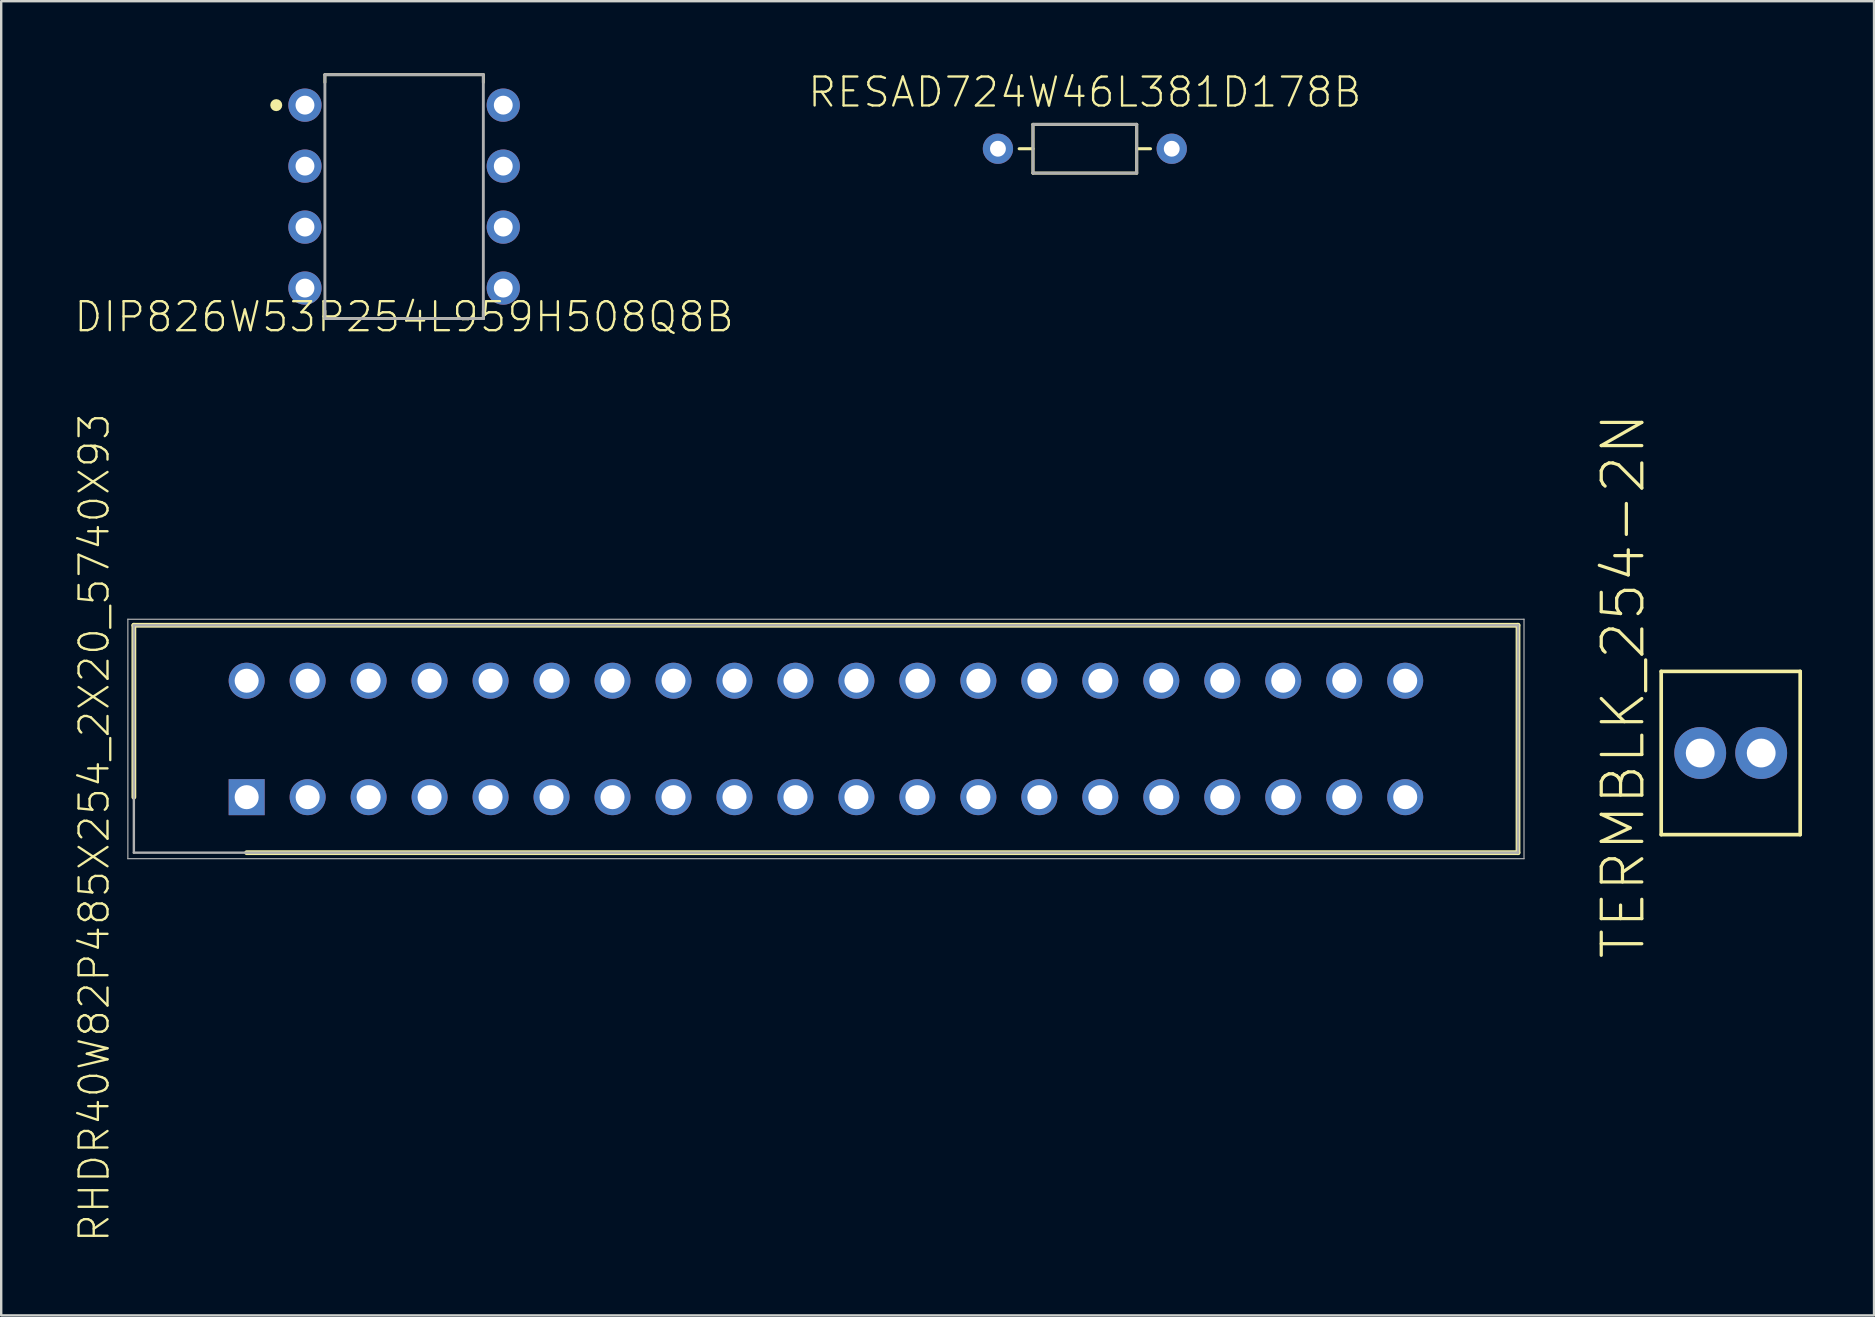
<source format=kicad_pcb>
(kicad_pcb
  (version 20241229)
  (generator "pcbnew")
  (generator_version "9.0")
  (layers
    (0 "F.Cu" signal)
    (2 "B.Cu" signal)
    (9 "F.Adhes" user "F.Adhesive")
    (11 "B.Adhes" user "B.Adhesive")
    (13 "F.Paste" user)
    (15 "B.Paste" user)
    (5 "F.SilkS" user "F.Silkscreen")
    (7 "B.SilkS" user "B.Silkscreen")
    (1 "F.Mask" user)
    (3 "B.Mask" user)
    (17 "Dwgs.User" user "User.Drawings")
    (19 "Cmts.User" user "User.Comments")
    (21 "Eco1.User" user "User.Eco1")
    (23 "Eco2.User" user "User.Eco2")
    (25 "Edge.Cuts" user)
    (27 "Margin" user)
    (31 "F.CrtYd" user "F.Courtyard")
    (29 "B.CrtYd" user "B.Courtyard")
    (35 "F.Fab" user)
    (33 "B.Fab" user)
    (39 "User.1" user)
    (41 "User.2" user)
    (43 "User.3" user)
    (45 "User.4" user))
  (footprint "RHDR40W82P485X254_2X20_5740X93"
    (layer "F.Cu")
    (at 7.225 30.157)
    (property "Reference" "RHDR40W82P485X254_2X20_5740X93" (at -6.35 1.27 90) (layer "F.SilkS") (effects (font (size 1.206 1.206) (thickness 0.097))))
    (attr through_hole)
    (fp_line (start -4.699 -7.162) (end -4.699 0) (stroke (width 0.2) (type solid)) (layer "F.SilkS"))
    (fp_line (start 0 2.312) (end 52.959 2.312) (stroke (width 0.2) (type solid)) (layer "F.SilkS"))
    (fp_line (start 52.959 -7.162) (end -4.699 -7.162) (stroke (width 0.2) (type solid)) (layer "F.SilkS"))
    (fp_line (start 52.959 2.312) (end 52.959 -7.162) (stroke (width 0.2) (type solid)) (layer "F.SilkS"))
    (fp_line (start -4.949 -7.412) (end 53.209 -7.412) (stroke (width 0.05) (type solid)) (layer "F.Fab"))
    (fp_line (start -4.949 2.562) (end -4.949 -7.412) (stroke (width 0.05) (type solid)) (layer "F.Fab"))
    (fp_line (start -4.699 -7.162) (end 52.959 -7.162) (stroke (width 0.1) (type solid)) (layer "F.Fab"))
    (fp_line (start -4.699 2.312) (end -4.699 -7.162) (stroke (width 0.1) (type solid)) (layer "F.Fab"))
    (fp_line (start 52.959 -7.162) (end 52.959 2.312) (stroke (width 0.1) (type solid)) (layer "F.Fab"))
    (fp_line (start 52.959 2.312) (end -4.699 2.312) (stroke (width 0.1) (type solid)) (layer "F.Fab"))
    (fp_line (start 53.209 -7.412) (end 53.209 2.562) (stroke (width 0.05) (type solid)) (layer "F.Fab"))
    (fp_line (start 53.209 2.562) (end -4.949 2.562) (stroke (width 0.05) (type solid)) (layer "F.Fab"))
    (pad "1" thru_hole rect (at 0 0) (size 1.5 1.5) (drill 1) (layers "*.Cu" "*.Mask"))
    (pad "2" thru_hole circle (at 0 -4.851) (size 1.5 1.5) (drill 1) (layers "*.Cu" "*.Mask"))
    (pad "3" thru_hole circle (at 2.54 0) (size 1.5 1.5) (drill 1) (layers "*.Cu" "*.Mask"))
    (pad "4" thru_hole circle (at 2.54 -4.851) (size 1.5 1.5) (drill 1) (layers "*.Cu" "*.Mask"))
    (pad "5" thru_hole circle (at 5.08 0) (size 1.5 1.5) (drill 1) (layers "*.Cu" "*.Mask"))
    (pad "6" thru_hole circle (at 5.08 -4.851) (size 1.5 1.5) (drill 1) (layers "*.Cu" "*.Mask"))
    (pad "7" thru_hole circle (at 7.62 0) (size 1.5 1.5) (drill 1) (layers "*.Cu" "*.Mask"))
    (pad "8" thru_hole circle (at 7.62 -4.851) (size 1.5 1.5) (drill 1) (layers "*.Cu" "*.Mask"))
    (pad "9" thru_hole circle (at 10.16 0) (size 1.5 1.5) (drill 1) (layers "*.Cu" "*.Mask"))
    (pad "10" thru_hole circle (at 10.16 -4.851) (size 1.5 1.5) (drill 1) (layers "*.Cu" "*.Mask"))
    (pad "11" thru_hole circle (at 12.7 0) (size 1.5 1.5) (drill 1) (layers "*.Cu" "*.Mask"))
    (pad "12" thru_hole circle (at 12.7 -4.851) (size 1.5 1.5) (drill 1) (layers "*.Cu" "*.Mask"))
    (pad "13" thru_hole circle (at 15.24 0) (size 1.5 1.5) (drill 1) (layers "*.Cu" "*.Mask"))
    (pad "14" thru_hole circle (at 15.24 -4.851) (size 1.5 1.5) (drill 1) (layers "*.Cu" "*.Mask"))
    (pad "15" thru_hole circle (at 17.78 0) (size 1.5 1.5) (drill 1) (layers "*.Cu" "*.Mask"))
    (pad "16" thru_hole circle (at 17.78 -4.851) (size 1.5 1.5) (drill 1) (layers "*.Cu" "*.Mask"))
    (pad "17" thru_hole circle (at 20.32 0) (size 1.5 1.5) (drill 1) (layers "*.Cu" "*.Mask"))
    (pad "18" thru_hole circle (at 20.32 -4.851) (size 1.5 1.5) (drill 1) (layers "*.Cu" "*.Mask"))
    (pad "19" thru_hole circle (at 22.86 0) (size 1.5 1.5) (drill 1) (layers "*.Cu" "*.Mask"))
    (pad "20" thru_hole circle (at 22.86 -4.851) (size 1.5 1.5) (drill 1) (layers "*.Cu" "*.Mask"))
    (pad "21" thru_hole circle (at 25.4 0) (size 1.5 1.5) (drill 1) (layers "*.Cu" "*.Mask"))
    (pad "22" thru_hole circle (at 25.4 -4.851) (size 1.5 1.5) (drill 1) (layers "*.Cu" "*.Mask"))
    (pad "23" thru_hole circle (at 27.94 0) (size 1.5 1.5) (drill 1) (layers "*.Cu" "*.Mask"))
    (pad "24" thru_hole circle (at 27.94 -4.851) (size 1.5 1.5) (drill 1) (layers "*.Cu" "*.Mask"))
    (pad "25" thru_hole circle (at 30.48 0) (size 1.5 1.5) (drill 1) (layers "*.Cu" "*.Mask"))
    (pad "26" thru_hole circle (at 30.48 -4.851) (size 1.5 1.5) (drill 1) (layers "*.Cu" "*.Mask"))
    (pad "27" thru_hole circle (at 33.02 0) (size 1.5 1.5) (drill 1) (layers "*.Cu" "*.Mask"))
    (pad "28" thru_hole circle (at 33.02 -4.851) (size 1.5 1.5) (drill 1) (layers "*.Cu" "*.Mask"))
    (pad "29" thru_hole circle (at 35.56 0) (size 1.5 1.5) (drill 1) (layers "*.Cu" "*.Mask"))
    (pad "30" thru_hole circle (at 35.56 -4.851) (size 1.5 1.5) (drill 1) (layers "*.Cu" "*.Mask"))
    (pad "31" thru_hole circle (at 38.1 0) (size 1.5 1.5) (drill 1) (layers "*.Cu" "*.Mask"))
    (pad "32" thru_hole circle (at 38.1 -4.851) (size 1.5 1.5) (drill 1) (layers "*.Cu" "*.Mask"))
    (pad "33" thru_hole circle (at 40.64 0) (size 1.5 1.5) (drill 1) (layers "*.Cu" "*.Mask"))
    (pad "34" thru_hole circle (at 40.64 -4.851) (size 1.5 1.5) (drill 1) (layers "*.Cu" "*.Mask"))
    (pad "35" thru_hole circle (at 43.18 0) (size 1.5 1.5) (drill 1) (layers "*.Cu" "*.Mask"))
    (pad "36" thru_hole circle (at 43.18 -4.851) (size 1.5 1.5) (drill 1) (layers "*.Cu" "*.Mask"))
    (pad "37" thru_hole circle (at 45.72 0) (size 1.5 1.5) (drill 1) (layers "*.Cu" "*.Mask"))
    (pad "38" thru_hole circle (at 45.72 -4.851) (size 1.5 1.5) (drill 1) (layers "*.Cu" "*.Mask"))
    (pad "39" thru_hole circle (at 48.26 0) (size 1.5 1.5) (drill 1) (layers "*.Cu" "*.Mask"))
    (pad "40" thru_hole circle (at 48.26 -4.851) (size 1.5 1.5) (drill 1) (layers "*.Cu" "*.Mask")))
  (footprint "RESAD724W46L381D178B"
    (layer "F.Cu")
    (at 42.14 3.146)
    (property "Reference" "RESAD724W46L381D178B" (at 0 -1.65 0) (layer "F.SilkS") (effects (font (size 1.206 1.206) (thickness 0.097)) (justify bottom)))
    (attr through_hole)
    (fp_line (start -2.16 -1.015) (end -2.16 1.015) (stroke (width 0.127) (type solid)) (layer "F.SilkS"))
    (fp_line (start -2.16 0) (end -2.736 0) (stroke (width 0.127) (type solid)) (layer "F.SilkS"))
    (fp_line (start -2.16 1.015) (end 2.16 1.015) (stroke (width 0.127) (type solid)) (layer "F.SilkS"))
    (fp_line (start 2.16 -1.015) (end -2.16 -1.015) (stroke (width 0.127) (type solid)) (layer "F.SilkS"))
    (fp_line (start 2.16 0) (end 2.736 0) (stroke (width 0.127) (type solid)) (layer "F.SilkS"))
    (fp_line (start 2.16 1.015) (end 2.16 -1.015) (stroke (width 0.127) (type solid)) (layer "F.SilkS"))
    (fp_line (start -2.16 -1.015) (end 2.16 -1.015) (stroke (width 0.12) (type solid)) (layer "F.Fab"))
    (fp_line (start -2.16 1.015) (end -2.16 -1.015) (stroke (width 0.12) (type solid)) (layer "F.Fab"))
    (fp_line (start 2.16 -1.015) (end 2.16 1.015) (stroke (width 0.12) (type solid)) (layer "F.Fab"))
    (fp_line (start 2.16 1.015) (end -2.16 1.015) (stroke (width 0.12) (type solid)) (layer "F.Fab"))
    (pad "1" thru_hole circle (at -3.62 0) (size 1.26 1.26) (drill 0.66) (layers "*.Cu" "*.Mask"))
    (pad "2" thru_hole circle (at 3.62 0) (size 1.26 1.26) (drill 0.66) (layers "*.Cu" "*.Mask")))
  (footprint "DIP826W53P254L959H508Q8B"
    (layer "F.Cu")
    (at 13.784 5.14)
    (property "Reference" "DIP826W53P254L959H508Q8B" (at 0 5.715 0) (layer "F.SilkS") (effects (font (size 1.206 1.206) (thickness 0.097)) (justify bottom)))
    (attr through_hole)
    (fp_line (start -3.3 -5.08) (end 3.3 -5.08) (stroke (width 0.12) (type solid)) (layer "F.SilkS"))
    (fp_line (start -3.3 -4.757) (end -3.3 -5.08) (stroke (width 0.12) (type solid)) (layer "F.SilkS"))
    (fp_line (start -3.3 4.757) (end -3.3 5.08) (stroke (width 0.12) (type solid)) (layer "F.SilkS"))
    (fp_line (start -3.3 5.08) (end 3.3 5.08) (stroke (width 0.12) (type solid)) (layer "F.SilkS"))
    (fp_line (start 3.3 -5.08) (end 3.3 -4.757) (stroke (width 0.12) (type solid)) (layer "F.SilkS"))
    (fp_line (start 3.3 5.08) (end 3.3 4.757) (stroke (width 0.12) (type solid)) (layer "F.SilkS"))
    (fp_circle (center -5.327 -3.81) (end -5.202 -3.81) (stroke (width 0.25) (type solid)) (fill no) (layer "F.SilkS"))
    (fp_line (start -3.3 -5.08) (end 3.3 -5.08) (stroke (width 0.12) (type solid)) (layer "F.Fab"))
    (fp_line (start -3.3 5.08) (end -3.3 -5.08) (stroke (width 0.12) (type solid)) (layer "F.Fab"))
    (fp_line (start 3.3 -5.08) (end 3.3 5.08) (stroke (width 0.12) (type solid)) (layer "F.Fab"))
    (fp_line (start 3.3 5.08) (end -3.3 5.08) (stroke (width 0.12) (type solid)) (layer "F.Fab"))
    (pad "1" thru_hole circle (at -4.13 -3.81) (size 1.386 1.386) (drill 0.786) (layers "*.Cu" "*.Mask"))
    (pad "2" thru_hole circle (at -4.13 -1.27) (size 1.386 1.386) (drill 0.786) (layers "*.Cu" "*.Mask"))
    (pad "3" thru_hole circle (at -4.13 1.27) (size 1.386 1.386) (drill 0.786) (layers "*.Cu" "*.Mask"))
    (pad "4" thru_hole circle (at -4.13 3.81) (size 1.386 1.386) (drill 0.786) (layers "*.Cu" "*.Mask"))
    (pad "5" thru_hole circle (at 4.13 3.81) (size 1.386 1.386) (drill 0.786) (layers "*.Cu" "*.Mask"))
    (pad "6" thru_hole circle (at 4.13 1.27) (size 1.386 1.386) (drill 0.786) (layers "*.Cu" "*.Mask"))
    (pad "7" thru_hole circle (at 4.13 -1.27) (size 1.386 1.386) (drill 0.786) (layers "*.Cu" "*.Mask"))
    (pad "8" thru_hole circle (at 4.13 -3.81) (size 1.386 1.386) (drill 0.786) (layers "*.Cu" "*.Mask")))
  (footprint "TERMBLK_254-2N"
    (layer "F.Cu")
    (at 67.774 28.318)
    (property "Reference" "TERMBLK_254-2N" (at -2.22 -2.794 270) (layer "F.SilkS") (effects (font (size 1.689 1.689) (thickness 0.135)) (justify bottom)))
    (attr through_hole)
    (fp_line (start -1.625 -3.4) (end 4.165 -3.4) (stroke (width 0.152) (type solid)) (layer "F.SilkS"))
    (fp_line (start -1.625 3.4) (end -1.625 -3.4) (stroke (width 0.152) (type solid)) (layer "F.SilkS"))
    (fp_line (start 4.165 -3.4) (end 4.165 3.4) (stroke (width 0.152) (type solid)) (layer "F.SilkS"))
    (fp_line (start 4.165 3.4) (end -1.625 3.4) (stroke (width 0.152) (type solid)) (layer "F.SilkS"))
    (pad "1" thru_hole circle (at 0 0) (size 2.16 2.16) (drill 1.2) (layers "*.Cu" "*.Mask"))
    (pad "2" thru_hole circle (at 2.54 0) (size 2.16 2.16) (drill 1.2) (layers "*.Cu" "*.Mask")))
  (gr_rect
    (start -3 -3)
    (end 75.015 51.744)
    (stroke (width 0.1) (type default))
    (fill no)
    (layer "Edge.Cuts")))
</source>
